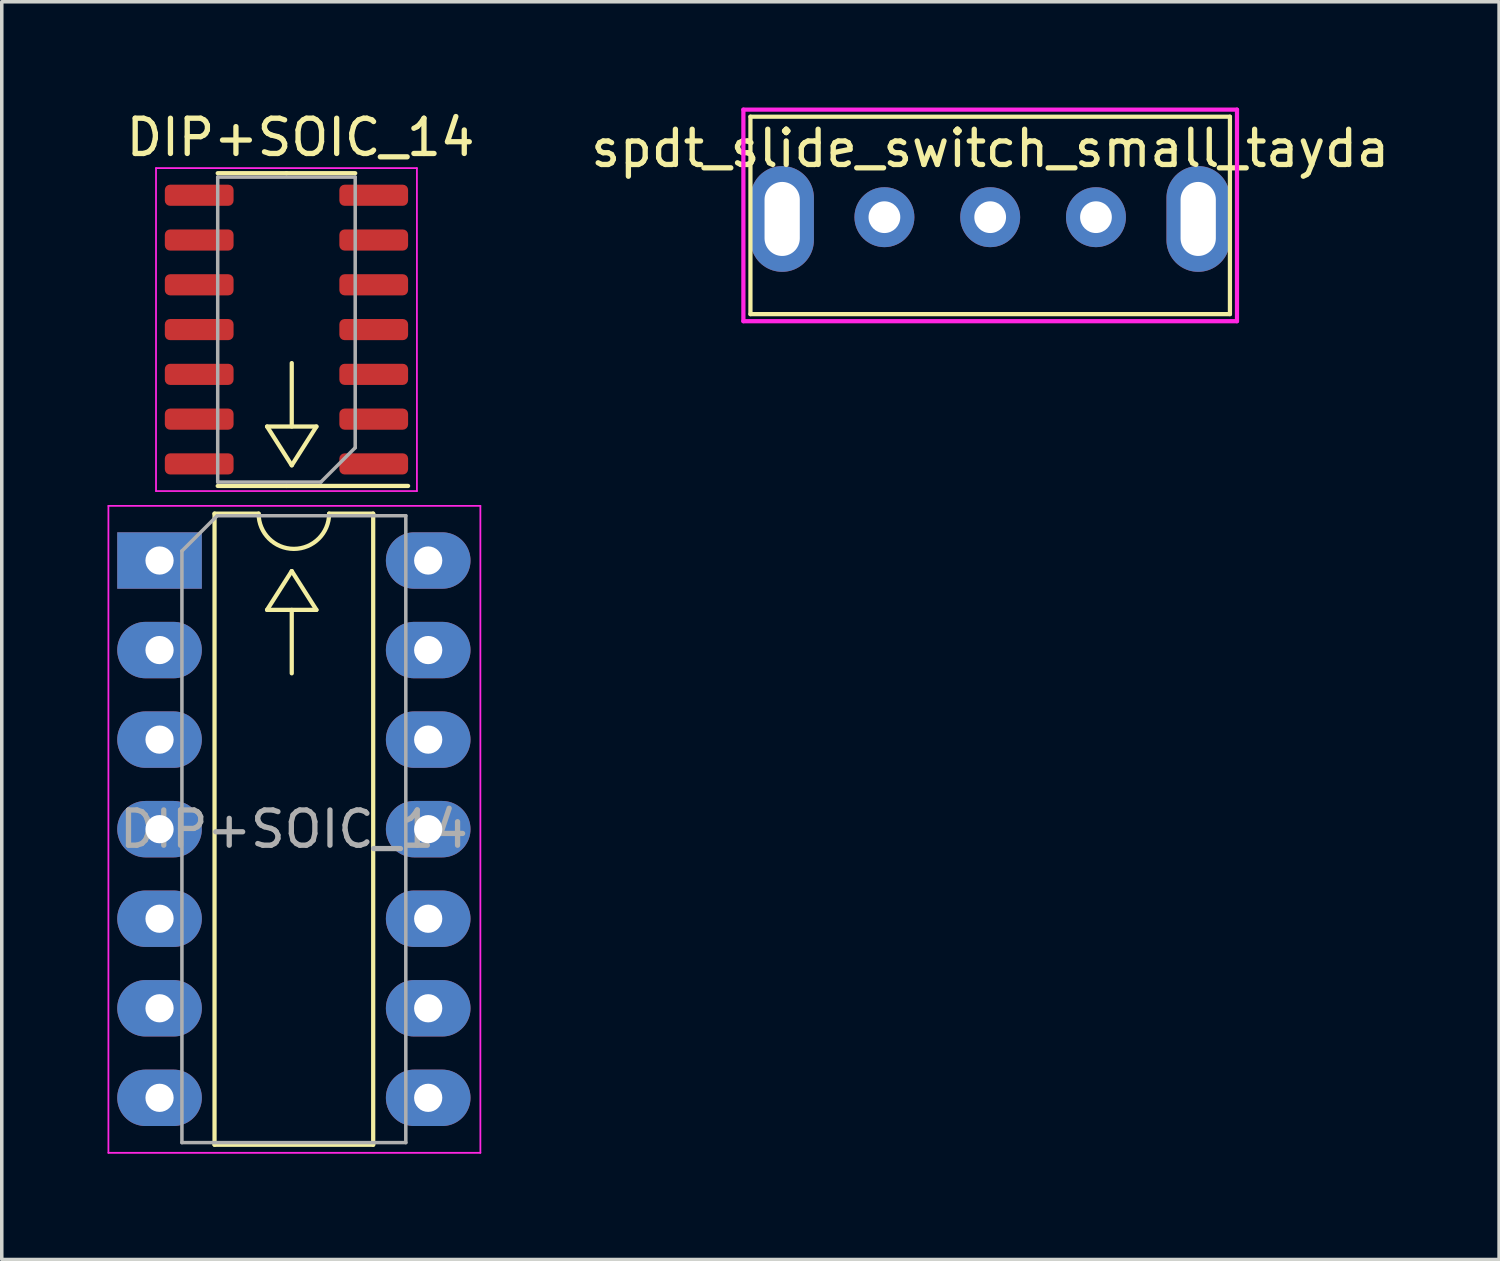
<source format=kicad_pcb>
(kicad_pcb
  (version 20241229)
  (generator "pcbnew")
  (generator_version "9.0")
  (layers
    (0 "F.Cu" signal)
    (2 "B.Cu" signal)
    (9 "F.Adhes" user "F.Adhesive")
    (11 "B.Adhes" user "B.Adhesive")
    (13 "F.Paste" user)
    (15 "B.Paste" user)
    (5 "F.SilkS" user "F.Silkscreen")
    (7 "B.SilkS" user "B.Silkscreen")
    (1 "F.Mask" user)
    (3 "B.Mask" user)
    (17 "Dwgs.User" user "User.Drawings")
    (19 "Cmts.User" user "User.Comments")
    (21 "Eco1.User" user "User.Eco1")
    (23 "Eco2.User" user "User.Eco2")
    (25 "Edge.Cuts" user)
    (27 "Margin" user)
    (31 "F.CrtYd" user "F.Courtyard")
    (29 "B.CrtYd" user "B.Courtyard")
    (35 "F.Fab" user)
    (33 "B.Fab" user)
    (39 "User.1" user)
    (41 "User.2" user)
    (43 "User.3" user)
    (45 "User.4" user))
  (footprint "DIP+SOIC_14"
    (layer "F.Cu")
    (at 5.525 11.148)
    (property "Reference" "DIP+SOIC_14" (at -0.05 -10.3 0) (layer "F.SilkS") (effects (font (size 1 1) (thickness 0.15))))
    (attr through_hole)
    (fp_line (start -2.49 0.37) (end -2.49 18.27) (stroke (width 0.12) (type solid)) (layer "F.SilkS"))
    (fp_line (start -2.49 18.27) (end 2.01 18.27) (stroke (width 0.12) (type solid)) (layer "F.SilkS"))
    (fp_line (start -1.24 0.37) (end -2.49 0.37) (stroke (width 0.12) (type solid)) (layer "F.SilkS"))
    (fp_line (start -1 -2.1) (end -0.3 -1) (stroke (width 0.12) (type solid)) (layer "F.SilkS"))
    (fp_line (start -1 3.1) (end -0.3 2) (stroke (width 0.12) (type solid)) (layer "F.SilkS"))
    (fp_line (start -1 3.1) (end 0.4 3.1) (stroke (width 0.12) (type solid)) (layer "F.SilkS"))
    (fp_line (start -0.45 -9.285) (end -2.4 -9.285) (stroke (width 0.12) (type solid)) (layer "F.SilkS"))
    (fp_line (start -0.45 -9.285) (end 1.5 -9.285) (stroke (width 0.12) (type solid)) (layer "F.SilkS"))
    (fp_line (start -0.45 -0.415) (end -2.4 -0.415) (stroke (width 0.12) (type solid)) (layer "F.SilkS"))
    (fp_line (start -0.45 -0.415) (end 3 -0.415) (stroke (width 0.12) (type solid)) (layer "F.SilkS"))
    (fp_line (start -0.3 -2.1) (end -0.3 -3.9) (stroke (width 0.12) (type solid)) (layer "F.SilkS"))
    (fp_line (start -0.3 3.1) (end -0.3 4.9) (stroke (width 0.12) (type solid)) (layer "F.SilkS"))
    (fp_line (start 0.4 -2.1) (end -1 -2.1) (stroke (width 0.12) (type solid)) (layer "F.SilkS"))
    (fp_line (start 0.4 -2.1) (end -0.3 -1) (stroke (width 0.12) (type solid)) (layer "F.SilkS"))
    (fp_line (start 0.4 3.1) (end -0.3 2) (stroke (width 0.12) (type solid)) (layer "F.SilkS"))
    (fp_line (start 2.01 0.37) (end 0.76 0.37) (stroke (width 0.12) (type solid)) (layer "F.SilkS"))
    (fp_line (start 2.01 18.27) (end 2.01 0.37) (stroke (width 0.12) (type solid)) (layer "F.SilkS"))
    (fp_arc (start 0.76 0.37) (mid -0.24 1.37) (end -1.24 0.37) (stroke (width 0.12) (type solid)) (layer "F.SilkS"))
    (fp_line (start -5.5 0.15) (end -5.5 18.5) (stroke (width 0.05) (type solid)) (layer "F.CrtYd"))
    (fp_line (start -5.5 18.5) (end 5.05 18.5) (stroke (width 0.05) (type solid)) (layer "F.CrtYd"))
    (fp_line (start -4.15 -9.43) (end -4.15 -0.27) (stroke (width 0.05) (type solid)) (layer "F.CrtYd"))
    (fp_line (start -4.15 -0.27) (end 3.25 -0.27) (stroke (width 0.05) (type solid)) (layer "F.CrtYd"))
    (fp_line (start 3.25 -9.43) (end -4.15 -9.43) (stroke (width 0.05) (type solid)) (layer "F.CrtYd"))
    (fp_line (start 3.25 -0.27) (end 3.25 -9.43) (stroke (width 0.05) (type solid)) (layer "F.CrtYd"))
    (fp_line (start 5.05 0.15) (end -5.5 0.15) (stroke (width 0.05) (type solid)) (layer "F.CrtYd"))
    (fp_line (start 5.05 18.5) (end 5.05 0.15) (stroke (width 0.05) (type solid)) (layer "F.CrtYd"))
    (fp_line (start -3.415 1.43) (end -2.415 0.43) (stroke (width 0.1) (type solid)) (layer "F.Fab"))
    (fp_line (start -3.415 18.21) (end -3.415 1.43) (stroke (width 0.1) (type solid)) (layer "F.Fab"))
    (fp_line (start -2.415 0.43) (end 2.935 0.43) (stroke (width 0.1) (type solid)) (layer "F.Fab"))
    (fp_line (start -2.4 -9.175) (end 1.5 -9.175) (stroke (width 0.1) (type solid)) (layer "F.Fab"))
    (fp_line (start -2.4 -0.525) (end -2.4 -9.175) (stroke (width 0.1) (type solid)) (layer "F.Fab"))
    (fp_line (start 0.525 -0.525) (end -2.4 -0.525) (stroke (width 0.1) (type solid)) (layer "F.Fab"))
    (fp_line (start 1.5 -9.175) (end 1.5 -1.5) (stroke (width 0.1) (type solid)) (layer "F.Fab"))
    (fp_line (start 1.5 -1.5) (end 0.525 -0.525) (stroke (width 0.1) (type solid)) (layer "F.Fab"))
    (fp_line (start 2.935 0.43) (end 2.935 18.21) (stroke (width 0.1) (type solid)) (layer "F.Fab"))
    (fp_line (start 2.935 18.21) (end -3.415 18.21) (stroke (width 0.1) (type solid)) (layer "F.Fab"))
    (fp_text user "${REFERENCE}" (at -0.24 9.32 0) (layer "F.Fab") (effects (font (size 1 1) (thickness 0.15))))
    (pad "1" thru_hole rect (at -4.05 1.7) (size 2.4 1.6) (drill 0.8) (layers "*.Cu" "*.Mask"))
    (pad "1" smd roundrect (at 2.025 -1.04 180) (size 1.95 0.6) (layers "F.Cu" "F.Mask" "F.Paste") (roundrect_rratio 0.25))
    (pad "2" thru_hole oval (at -4.05 4.24) (size 2.4 1.6) (drill 0.8) (layers "*.Cu" "*.Mask"))
    (pad "2" smd roundrect (at 2.025 -2.31 180) (size 1.95 0.6) (layers "F.Cu" "F.Mask" "F.Paste") (roundrect_rratio 0.25))
    (pad "3" thru_hole oval (at -4.05 6.78) (size 2.4 1.6) (drill 0.8) (layers "*.Cu" "*.Mask"))
    (pad "3" smd roundrect (at 2.025 -3.58 180) (size 1.95 0.6) (layers "F.Cu" "F.Mask" "F.Paste") (roundrect_rratio 0.25))
    (pad "4" thru_hole oval (at -4.05 9.32) (size 2.4 1.6) (drill 0.8) (layers "*.Cu" "*.Mask"))
    (pad "4" smd roundrect (at 2.025 -4.85 180) (size 1.95 0.6) (layers "F.Cu" "F.Mask" "F.Paste") (roundrect_rratio 0.25))
    (pad "5" thru_hole oval (at -4.05 11.86) (size 2.4 1.6) (drill 0.8) (layers "*.Cu" "*.Mask"))
    (pad "5" smd roundrect (at 2.025 -6.12 180) (size 1.95 0.6) (layers "F.Cu" "F.Mask" "F.Paste") (roundrect_rratio 0.25))
    (pad "6" thru_hole oval (at -4.05 14.4) (size 2.4 1.6) (drill 0.8) (layers "*.Cu" "*.Mask"))
    (pad "6" smd roundrect (at 2.025 -7.39 180) (size 1.95 0.6) (layers "F.Cu" "F.Mask" "F.Paste") (roundrect_rratio 0.25))
    (pad "7" thru_hole oval (at -4.05 16.94) (size 2.4 1.6) (drill 0.8) (layers "*.Cu" "*.Mask"))
    (pad "7" smd roundrect (at 2.025 -8.66 180) (size 1.95 0.6) (layers "F.Cu" "F.Mask" "F.Paste") (roundrect_rratio 0.25))
    (pad "8" smd roundrect (at -2.925 -8.66 180) (size 1.95 0.6) (layers "F.Cu" "F.Mask" "F.Paste") (roundrect_rratio 0.25))
    (pad "8" thru_hole oval (at 3.57 16.94) (size 2.4 1.6) (drill 0.8) (layers "*.Cu" "*.Mask"))
    (pad "9" smd roundrect (at -2.925 -7.39 180) (size 1.95 0.6) (layers "F.Cu" "F.Mask" "F.Paste") (roundrect_rratio 0.25))
    (pad "9" thru_hole oval (at 3.57 14.4) (size 2.4 1.6) (drill 0.8) (layers "*.Cu" "*.Mask"))
    (pad "10" smd roundrect (at -2.925 -6.12 180) (size 1.95 0.6) (layers "F.Cu" "F.Mask" "F.Paste") (roundrect_rratio 0.25))
    (pad "10" thru_hole oval (at 3.57 11.86) (size 2.4 1.6) (drill 0.8) (layers "*.Cu" "*.Mask"))
    (pad "11" smd roundrect (at -2.925 -4.85 180) (size 1.95 0.6) (layers "F.Cu" "F.Mask" "F.Paste") (roundrect_rratio 0.25))
    (pad "11" thru_hole oval (at 3.57 9.32) (size 2.4 1.6) (drill 0.8) (layers "*.Cu" "*.Mask"))
    (pad "12" smd roundrect (at -2.925 -3.58 180) (size 1.95 0.6) (layers "F.Cu" "F.Mask" "F.Paste") (roundrect_rratio 0.25))
    (pad "12" thru_hole oval (at 3.57 6.78) (size 2.4 1.6) (drill 0.8) (layers "*.Cu" "*.Mask"))
    (pad "13" smd roundrect (at -2.925 -2.31 180) (size 1.95 0.6) (layers "F.Cu" "F.Mask" "F.Paste") (roundrect_rratio 0.25))
    (pad "13" thru_hole oval (at 3.57 4.24) (size 2.4 1.6) (drill 0.8) (layers "*.Cu" "*.Mask"))
    (pad "14" smd roundrect (at -2.925 -1.04 180) (size 1.95 0.6) (layers "F.Cu" "F.Mask" "F.Paste") (roundrect_rratio 0.25))
    (pad "14" thru_hole oval (at 3.57 1.7) (size 2.4 1.6) (drill 0.8) (layers "*.Cu" "*.Mask")))
  (footprint "spdt_slide_switch_small_tayda"
    (layer "F.Cu")
    (at 24.985 3.01)
    (property "Reference" "spdt_slide_switch_small_tayda" (at 0.05 -1.85 0) (layer "F.SilkS") (effects (font (size 1 1) (thickness 0.15))))
    (attr through_hole)
    (fp_line (start -6.75 -2.75) (end 6.85 -2.75) (stroke (width 0.12) (type solid)) (layer "F.SilkS"))
    (fp_line (start -6.75 2.85) (end -6.75 -2.75) (stroke (width 0.12) (type solid)) (layer "F.SilkS"))
    (fp_line (start 6.85 -2.75) (end 6.85 2.85) (stroke (width 0.12) (type solid)) (layer "F.SilkS"))
    (fp_line (start 6.85 2.85) (end -6.75 2.85) (stroke (width 0.12) (type solid)) (layer "F.SilkS"))
    (fp_line (start -6.95 -2.95) (end 7.05 -2.95) (stroke (width 0.12) (type solid)) (layer "F.CrtYd"))
    (fp_line (start -6.95 3.05) (end -6.95 -2.95) (stroke (width 0.12) (type solid)) (layer "F.CrtYd"))
    (fp_line (start 7.05 -2.95) (end 7.05 3.05) (stroke (width 0.12) (type solid)) (layer "F.CrtYd"))
    (fp_line (start 7.05 3.05) (end -6.95 3.05) (stroke (width 0.12) (type solid)) (layer "F.CrtYd"))
    (pad "" thru_hole oval (at -5.85 0.15) (size 1.8 3) (drill oval 1 2.1) (layers "*.Cu" "*.Mask"))
    (pad "" thru_hole oval (at 5.95 0.15) (size 1.8 3) (drill oval 1 2.1) (layers "*.Cu" "*.Mask"))
    (pad "1" thru_hole circle (at -2.95 0.1) (size 1.7 1.7) (drill 0.9) (layers "*.Cu" "*.Mask"))
    (pad "2" thru_hole circle (at 0.05 0.1) (size 1.7 1.7) (drill 0.9) (layers "*.Cu" "*.Mask"))
    (pad "3" thru_hole circle (at 3.05 0.1) (size 1.7 1.7) (drill 0.9) (layers "*.Cu" "*.Mask")))
  (gr_rect
    (start -3 -3)
    (end 39.469 32.673)
    (stroke (width 0.1) (type default))
    (fill no)
    (layer "Edge.Cuts")))
</source>
